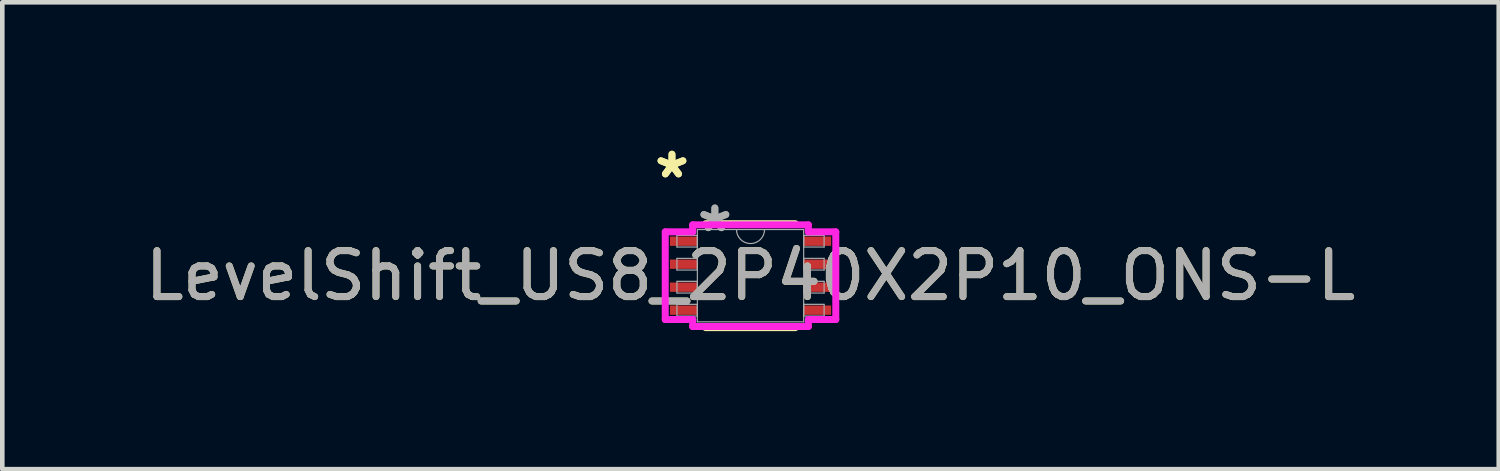
<source format=kicad_pcb>
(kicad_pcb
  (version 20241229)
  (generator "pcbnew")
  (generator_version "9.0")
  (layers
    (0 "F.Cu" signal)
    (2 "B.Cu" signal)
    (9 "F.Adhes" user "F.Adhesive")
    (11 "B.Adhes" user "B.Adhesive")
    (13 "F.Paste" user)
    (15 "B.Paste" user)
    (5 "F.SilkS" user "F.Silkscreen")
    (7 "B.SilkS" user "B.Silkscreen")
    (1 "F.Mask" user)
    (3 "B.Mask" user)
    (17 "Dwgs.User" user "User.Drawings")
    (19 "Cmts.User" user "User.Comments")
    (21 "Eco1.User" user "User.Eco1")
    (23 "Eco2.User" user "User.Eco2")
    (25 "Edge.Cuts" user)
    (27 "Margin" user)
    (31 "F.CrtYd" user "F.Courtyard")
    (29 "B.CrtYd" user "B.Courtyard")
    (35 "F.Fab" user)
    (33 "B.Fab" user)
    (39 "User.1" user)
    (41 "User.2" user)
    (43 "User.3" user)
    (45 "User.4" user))
  (footprint "LevelShift_US8_2P40X2P10_ONS-L"
    (layer "F.Cu")
    (at 13.268 2.944)
    (property "Reference" "LevelShift_US8_2P40X2P10_ONS-L" (at 0 0 0) (unlocked yes) (layer "F.SilkS") (effects (font (size 1 1) (thickness 0.15))))
    (attr smd)
    (fp_line (start -0.974 1.13) (end 0.974 1.13) (stroke (width 0.152) (type solid)) (layer "F.SilkS"))
    (fp_line (start 0.974 -1.13) (end -0.974 -1.13) (stroke (width 0.152) (type solid)) (layer "F.SilkS"))
    (fp_line (start -1.854 -0.953) (end -1.257 -0.953) (stroke (width 0.152) (type solid)) (layer "F.CrtYd"))
    (fp_line (start -1.854 0.953) (end -1.854 -0.953) (stroke (width 0.152) (type solid)) (layer "F.CrtYd"))
    (fp_line (start -1.854 0.953) (end -1.257 0.953) (stroke (width 0.152) (type solid)) (layer "F.CrtYd"))
    (fp_line (start -1.257 -1.105) (end 1.257 -1.105) (stroke (width 0.152) (type solid)) (layer "F.CrtYd"))
    (fp_line (start -1.257 -0.953) (end -1.257 -1.105) (stroke (width 0.152) (type solid)) (layer "F.CrtYd"))
    (fp_line (start -1.257 1.105) (end -1.257 0.953) (stroke (width 0.152) (type solid)) (layer "F.CrtYd"))
    (fp_line (start 1.257 -1.105) (end 1.257 -0.953) (stroke (width 0.152) (type solid)) (layer "F.CrtYd"))
    (fp_line (start 1.257 0.953) (end 1.257 1.105) (stroke (width 0.152) (type solid)) (layer "F.CrtYd"))
    (fp_line (start 1.257 1.105) (end -1.257 1.105) (stroke (width 0.152) (type solid)) (layer "F.CrtYd"))
    (fp_line (start 1.854 -0.953) (end 1.257 -0.953) (stroke (width 0.152) (type solid)) (layer "F.CrtYd"))
    (fp_line (start 1.854 -0.953) (end 1.854 0.953) (stroke (width 0.152) (type solid)) (layer "F.CrtYd"))
    (fp_line (start 1.854 0.953) (end 1.257 0.953) (stroke (width 0.152) (type solid)) (layer "F.CrtYd"))
    (fp_line (start -1.6 -0.877) (end -1.6 -0.623) (stroke (width 0.025) (type solid)) (layer "F.Fab"))
    (fp_line (start -1.6 -0.623) (end -1.156 -0.623) (stroke (width 0.025) (type solid)) (layer "F.Fab"))
    (fp_line (start -1.6 -0.377) (end -1.6 -0.123) (stroke (width 0.025) (type solid)) (layer "F.Fab"))
    (fp_line (start -1.6 -0.123) (end -1.156 -0.123) (stroke (width 0.025) (type solid)) (layer "F.Fab"))
    (fp_line (start -1.6 0.123) (end -1.6 0.377) (stroke (width 0.025) (type solid)) (layer "F.Fab"))
    (fp_line (start -1.6 0.377) (end -1.156 0.377) (stroke (width 0.025) (type solid)) (layer "F.Fab"))
    (fp_line (start -1.6 0.623) (end -1.6 0.877) (stroke (width 0.025) (type solid)) (layer "F.Fab"))
    (fp_line (start -1.6 0.877) (end -1.156 0.877) (stroke (width 0.025) (type solid)) (layer "F.Fab"))
    (fp_line (start -1.156 -1.003) (end -1.156 1.003) (stroke (width 0.025) (type solid)) (layer "F.Fab"))
    (fp_line (start -1.156 -0.877) (end -1.6 -0.877) (stroke (width 0.025) (type solid)) (layer "F.Fab"))
    (fp_line (start -1.156 -0.623) (end -1.156 -0.877) (stroke (width 0.025) (type solid)) (layer "F.Fab"))
    (fp_line (start -1.156 -0.377) (end -1.6 -0.377) (stroke (width 0.025) (type solid)) (layer "F.Fab"))
    (fp_line (start -1.156 -0.123) (end -1.156 -0.377) (stroke (width 0.025) (type solid)) (layer "F.Fab"))
    (fp_line (start -1.156 0.123) (end -1.6 0.123) (stroke (width 0.025) (type solid)) (layer "F.Fab"))
    (fp_line (start -1.156 0.377) (end -1.156 0.123) (stroke (width 0.025) (type solid)) (layer "F.Fab"))
    (fp_line (start -1.156 0.623) (end -1.6 0.623) (stroke (width 0.025) (type solid)) (layer "F.Fab"))
    (fp_line (start -1.156 0.877) (end -1.156 0.623) (stroke (width 0.025) (type solid)) (layer "F.Fab"))
    (fp_line (start -1.156 1.003) (end 1.156 1.003) (stroke (width 0.025) (type solid)) (layer "F.Fab"))
    (fp_line (start 1.156 -1.003) (end -1.156 -1.003) (stroke (width 0.025) (type solid)) (layer "F.Fab"))
    (fp_line (start 1.156 -0.877) (end 1.156 -0.623) (stroke (width 0.025) (type solid)) (layer "F.Fab"))
    (fp_line (start 1.156 -0.623) (end 1.6 -0.623) (stroke (width 0.025) (type solid)) (layer "F.Fab"))
    (fp_line (start 1.156 -0.377) (end 1.156 -0.123) (stroke (width 0.025) (type solid)) (layer "F.Fab"))
    (fp_line (start 1.156 -0.123) (end 1.6 -0.123) (stroke (width 0.025) (type solid)) (layer "F.Fab"))
    (fp_line (start 1.156 0.123) (end 1.156 0.377) (stroke (width 0.025) (type solid)) (layer "F.Fab"))
    (fp_line (start 1.156 0.377) (end 1.6 0.377) (stroke (width 0.025) (type solid)) (layer "F.Fab"))
    (fp_line (start 1.156 0.623) (end 1.156 0.877) (stroke (width 0.025) (type solid)) (layer "F.Fab"))
    (fp_line (start 1.156 0.877) (end 1.6 0.877) (stroke (width 0.025) (type solid)) (layer "F.Fab"))
    (fp_line (start 1.156 1.003) (end 1.156 -1.003) (stroke (width 0.025) (type solid)) (layer "F.Fab"))
    (fp_line (start 1.6 -0.877) (end 1.156 -0.877) (stroke (width 0.025) (type solid)) (layer "F.Fab"))
    (fp_line (start 1.6 -0.623) (end 1.6 -0.877) (stroke (width 0.025) (type solid)) (layer "F.Fab"))
    (fp_line (start 1.6 -0.377) (end 1.156 -0.377) (stroke (width 0.025) (type solid)) (layer "F.Fab"))
    (fp_line (start 1.6 -0.123) (end 1.6 -0.377) (stroke (width 0.025) (type solid)) (layer "F.Fab"))
    (fp_line (start 1.6 0.123) (end 1.156 0.123) (stroke (width 0.025) (type solid)) (layer "F.Fab"))
    (fp_line (start 1.6 0.377) (end 1.6 0.123) (stroke (width 0.025) (type solid)) (layer "F.Fab"))
    (fp_line (start 1.6 0.623) (end 1.156 0.623) (stroke (width 0.025) (type solid)) (layer "F.Fab"))
    (fp_line (start 1.6 0.877) (end 1.6 0.623) (stroke (width 0.025) (type solid)) (layer "F.Fab"))
    (fp_arc (start 0.3048 -1.0033) (mid 0 -0.6985) (end -0.3048 -1.0033) (stroke (width 0.0254) (type solid)) (layer "F.Fab"))
    (fp_text user "*" (at -1.708 -2.096 0) (unlocked yes) (layer "F.SilkS") (effects (font (size 1 1) (thickness 0.15))))
    (fp_text user "*" (at -1.708 -2.096 0) (layer "F.SilkS") (effects (font (size 1 1) (thickness 0.15))))
    (fp_text user "*" (at -0.775 -0.927 0) (layer "F.Fab") (effects (font (size 1 1) (thickness 0.15))))
    (fp_text user "${REFERENCE}" (at 0 0 0) (unlocked yes) (layer "F.Fab") (effects (font (size 1 1) (thickness 0.15))))
    (fp_text user "*" (at -0.775 -0.927 0) (unlocked yes) (layer "F.Fab") (effects (font (size 1 1) (thickness 0.15))))
    (pad "1" smd rect (at -1.454 -0.75) (size 0.597 0.203) (layers "F.Cu" "F.Mask" "F.Paste"))
    (pad "2" smd rect (at -1.454 -0.25) (size 0.597 0.203) (layers "F.Cu" "F.Mask" "F.Paste"))
    (pad "3" smd rect (at -1.454 0.25) (size 0.597 0.203) (layers "F.Cu" "F.Mask" "F.Paste"))
    (pad "4" smd rect (at -1.454 0.75) (size 0.597 0.203) (layers "F.Cu" "F.Mask" "F.Paste"))
    (pad "5" smd rect (at 1.454 0.75) (size 0.597 0.203) (layers "F.Cu" "F.Mask" "F.Paste"))
    (pad "6" smd rect (at 1.454 0.25) (size 0.597 0.203) (layers "F.Cu" "F.Mask" "F.Paste"))
    (pad "7" smd rect (at 1.454 -0.25) (size 0.597 0.203) (layers "F.Cu" "F.Mask" "F.Paste"))
    (pad "8" smd rect (at 1.454 -0.75) (size 0.597 0.203) (layers "F.Cu" "F.Mask" "F.Paste")))
  (gr_rect
    (start -3 -3)
    (end 29.536 7.151)
    (stroke (width 0.1) (type default))
    (fill no)
    (layer "Edge.Cuts")))
</source>
